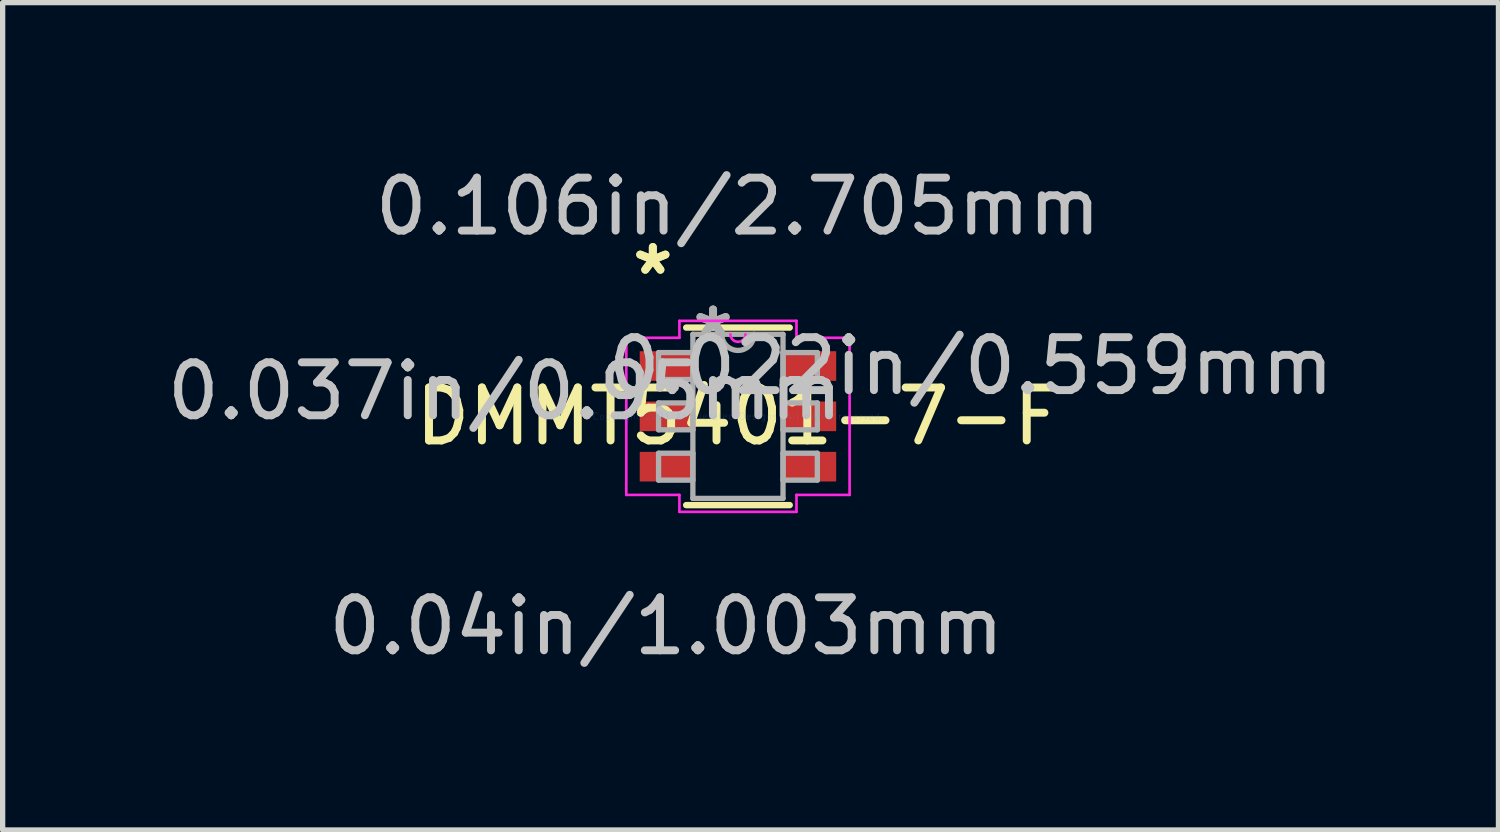
<source format=kicad_pcb>
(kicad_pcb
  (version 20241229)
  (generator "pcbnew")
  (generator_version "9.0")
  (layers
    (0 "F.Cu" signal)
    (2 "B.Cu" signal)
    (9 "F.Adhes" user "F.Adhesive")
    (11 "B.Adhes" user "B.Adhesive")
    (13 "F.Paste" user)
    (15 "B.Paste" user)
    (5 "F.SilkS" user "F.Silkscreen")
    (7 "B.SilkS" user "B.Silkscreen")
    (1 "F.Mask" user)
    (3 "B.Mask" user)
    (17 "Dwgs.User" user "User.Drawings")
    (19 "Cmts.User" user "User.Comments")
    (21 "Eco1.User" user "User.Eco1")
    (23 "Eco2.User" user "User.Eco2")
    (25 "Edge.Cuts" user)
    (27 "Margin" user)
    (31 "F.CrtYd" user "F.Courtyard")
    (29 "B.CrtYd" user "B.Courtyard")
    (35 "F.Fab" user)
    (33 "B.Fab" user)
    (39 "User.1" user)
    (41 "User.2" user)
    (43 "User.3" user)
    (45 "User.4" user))
  (footprint "DMMT5401-7-F"
    (layer "F.Cu")
    (at 10.883 4.811)
    (property "Reference" "DMMT5401-7-F" (at 0 0 0) (layer "F.SilkS") (effects (font (size 1 1) (thickness 0.15))))
    (attr through_hole)
    (fp_line (start -0.978 1.676) (end 0.978 1.676) (stroke (width 0.12) (type solid)) (layer "F.SilkS"))
    (fp_line (start 0.978 -1.676) (end -0.978 -1.676) (stroke (width 0.12) (type solid)) (layer "F.SilkS"))
    (fp_line (start -2.108 -1.483) (end -1.105 -1.483) (stroke (width 0.05) (type solid)) (layer "F.CrtYd"))
    (fp_line (start -2.108 1.483) (end -2.108 -1.483) (stroke (width 0.05) (type solid)) (layer "F.CrtYd"))
    (fp_line (start -1.105 -1.803) (end 1.105 -1.803) (stroke (width 0.05) (type solid)) (layer "F.CrtYd"))
    (fp_line (start -1.105 -1.483) (end -1.105 -1.803) (stroke (width 0.05) (type solid)) (layer "F.CrtYd"))
    (fp_line (start -1.105 1.483) (end -2.108 1.483) (stroke (width 0.05) (type solid)) (layer "F.CrtYd"))
    (fp_line (start -1.105 1.803) (end -1.105 1.483) (stroke (width 0.05) (type solid)) (layer "F.CrtYd"))
    (fp_line (start 1.105 -1.803) (end 1.105 -1.483) (stroke (width 0.05) (type solid)) (layer "F.CrtYd"))
    (fp_line (start 1.105 -1.483) (end 2.108 -1.483) (stroke (width 0.05) (type solid)) (layer "F.CrtYd"))
    (fp_line (start 1.105 1.483) (end 1.105 1.803) (stroke (width 0.05) (type solid)) (layer "F.CrtYd"))
    (fp_line (start 1.105 1.803) (end -1.105 1.803) (stroke (width 0.05) (type solid)) (layer "F.CrtYd"))
    (fp_line (start 2.108 -1.483) (end 2.108 1.483) (stroke (width 0.05) (type solid)) (layer "F.CrtYd"))
    (fp_line (start 2.108 1.483) (end 1.105 1.483) (stroke (width 0.05) (type solid)) (layer "F.CrtYd"))
    (fp_arc (start 0.141817 -1.5494) (mid 0 -1.407583) (end -0.141817 -1.5494) (stroke (width 0.05) (type solid)) (layer "F.CrtYd"))
    (fp_line (start -1.499 -1.204) (end -1.499 -0.696) (stroke (width 0.1) (type solid)) (layer "F.Fab"))
    (fp_line (start -1.499 -0.696) (end -0.851 -0.696) (stroke (width 0.1) (type solid)) (layer "F.Fab"))
    (fp_line (start -1.499 -0.254) (end -1.499 0.254) (stroke (width 0.1) (type solid)) (layer "F.Fab"))
    (fp_line (start -1.499 0.254) (end -0.851 0.254) (stroke (width 0.1) (type solid)) (layer "F.Fab"))
    (fp_line (start -1.499 0.696) (end -1.499 1.204) (stroke (width 0.1) (type solid)) (layer "F.Fab"))
    (fp_line (start -1.499 1.204) (end -0.851 1.204) (stroke (width 0.1) (type solid)) (layer "F.Fab"))
    (fp_line (start -0.851 -1.549) (end -0.851 1.549) (stroke (width 0.1) (type solid)) (layer "F.Fab"))
    (fp_line (start -0.851 -1.204) (end -1.499 -1.204) (stroke (width 0.1) (type solid)) (layer "F.Fab"))
    (fp_line (start -0.851 -0.696) (end -0.851 -1.204) (stroke (width 0.1) (type solid)) (layer "F.Fab"))
    (fp_line (start -0.851 -0.254) (end -1.499 -0.254) (stroke (width 0.1) (type solid)) (layer "F.Fab"))
    (fp_line (start -0.851 0.254) (end -0.851 -0.254) (stroke (width 0.1) (type solid)) (layer "F.Fab"))
    (fp_line (start -0.851 0.696) (end -1.499 0.696) (stroke (width 0.1) (type solid)) (layer "F.Fab"))
    (fp_line (start -0.851 1.204) (end -0.851 0.696) (stroke (width 0.1) (type solid)) (layer "F.Fab"))
    (fp_line (start -0.851 1.549) (end 0.851 1.549) (stroke (width 0.1) (type solid)) (layer "F.Fab"))
    (fp_line (start 0.851 -1.549) (end -0.851 -1.549) (stroke (width 0.1) (type solid)) (layer "F.Fab"))
    (fp_line (start 0.851 -1.204) (end 0.851 -0.696) (stroke (width 0.1) (type solid)) (layer "F.Fab"))
    (fp_line (start 0.851 -0.696) (end 1.499 -0.696) (stroke (width 0.1) (type solid)) (layer "F.Fab"))
    (fp_line (start 0.851 -0.254) (end 0.851 0.254) (stroke (width 0.1) (type solid)) (layer "F.Fab"))
    (fp_line (start 0.851 0.254) (end 1.499 0.254) (stroke (width 0.1) (type solid)) (layer "F.Fab"))
    (fp_line (start 0.851 0.696) (end 0.851 1.204) (stroke (width 0.1) (type solid)) (layer "F.Fab"))
    (fp_line (start 0.851 1.204) (end 1.499 1.204) (stroke (width 0.1) (type solid)) (layer "F.Fab"))
    (fp_line (start 0.851 1.549) (end 0.851 -1.549) (stroke (width 0.1) (type solid)) (layer "F.Fab"))
    (fp_line (start 1.499 -1.204) (end 0.851 -1.204) (stroke (width 0.1) (type solid)) (layer "F.Fab"))
    (fp_line (start 1.499 -0.696) (end 1.499 -1.204) (stroke (width 0.1) (type solid)) (layer "F.Fab"))
    (fp_line (start 1.499 -0.254) (end 0.851 -0.254) (stroke (width 0.1) (type solid)) (layer "F.Fab"))
    (fp_line (start 1.499 0.254) (end 1.499 -0.254) (stroke (width 0.1) (type solid)) (layer "F.Fab"))
    (fp_line (start 1.499 0.696) (end 0.851 0.696) (stroke (width 0.1) (type solid)) (layer "F.Fab"))
    (fp_line (start 1.499 1.204) (end 1.499 0.696) (stroke (width 0.1) (type solid)) (layer "F.Fab"))
    (fp_arc (start 0.3048 -1.5494) (mid 0 -1.2446) (end -0.3048 -1.5494) (stroke (width 0.1) (type solid)) (layer "F.Fab"))
    (fp_text user "*" (at -1.607 -2.652 0) (layer "F.SilkS") (effects (font (size 1 1) (thickness 0.15))))
    (fp_text user "*" (at -1.607 -2.652 0) (layer "F.SilkS") (effects (font (size 1 1) (thickness 0.15))))
    (fp_text user "0.037in/0.95mm" (at -4.401 -0.475 0) (layer "Dwgs.User") (effects (font (size 1 1) (thickness 0.15))))
    (fp_text user "0.04in/1.003mm" (at -1.353 3.962 0) (layer "Dwgs.User") (effects (font (size 1 1) (thickness 0.15))))
    (fp_text user "0.022in/0.559mm" (at 4.401 -0.95 0) (layer "Dwgs.User") (effects (font (size 1 1) (thickness 0.15))))
    (fp_text user "0.106in/2.705mm" (at 0 -3.962 0) (layer "Dwgs.User") (effects (font (size 1 1) (thickness 0.15))))
    (fp_text user "Copyright 2021 Accelerated Designs. All rights reserved." (at 0 0 0) (layer "Cmts.User") (effects (font (size 0.127 0.127) (thickness 0.002))))
    (fp_text user "*" (at -0.47 -1.473 0) (layer "F.Fab") (effects (font (size 1 1) (thickness 0.15))))
    (fp_text user "*" (at -0.47 -1.473 0) (layer "F.Fab") (effects (font (size 1 1) (thickness 0.15))))
    (pad "1" smd rect (at -1.353 -0.95) (size 1.003 0.559) (layers "F.Cu" "F.Mask" "F.Paste"))
    (pad "2" smd rect (at -1.353 0) (size 1.003 0.559) (layers "F.Cu" "F.Mask" "F.Paste"))
    (pad "3" smd rect (at -1.353 0.95) (size 1.003 0.559) (layers "F.Cu" "F.Mask" "F.Paste"))
    (pad "4" smd rect (at 1.353 0.95) (size 1.003 0.559) (layers "F.Cu" "F.Mask" "F.Paste"))
    (pad "5" smd rect (at 1.353 0) (size 1.003 0.559) (layers "F.Cu" "F.Mask" "F.Paste"))
    (pad "6" smd rect (at 1.353 -0.95) (size 1.003 0.559) (layers "F.Cu" "F.Mask" "F.Paste")))
  (gr_rect
    (start -3 -3)
    (end 25.242 12.621)
    (stroke (width 0.1) (type default))
    (fill no)
    (layer "Edge.Cuts")))
</source>
